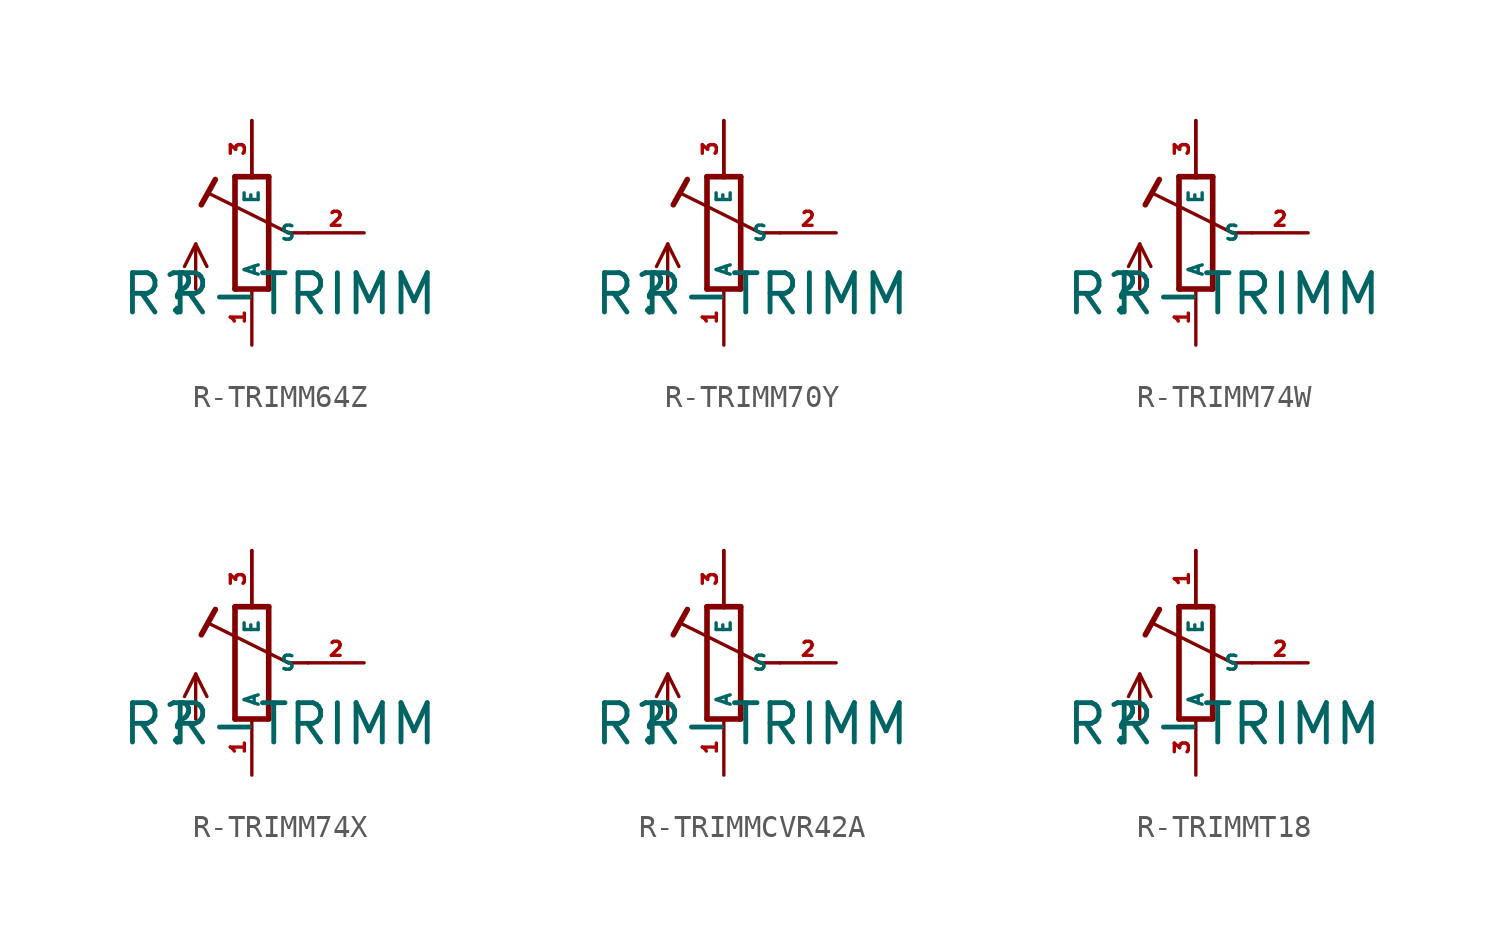
<source format=kicad_sym>
(kicad_symbol_lib
  (version 20220914)
  (generator Eagle2Kicad)
  (symbol "R-TRIMM64Z"
    (property "Reference" "R"
      (at -5.969 -3.81 0)
      (effects (font (size 1.778 1.778) (thickness 0.22)) (justify left bottom)))
    (property "Value" "R-TRIMM"
      (at -3.81 -3.81 0)
      (effects (font (size 1.778 1.778) (thickness 0.22)) (justify left bottom)))
    (polyline
      (pts (xy 0.762 2.54) (xy 0 2.54))
      (stroke (width 0.254) (type default))
      (fill (type none)))
    (polyline
      (pts (xy -0.762 2.54) (xy -0.762 -2.54))
      (stroke (width 0.254) (type default))
      (fill (type none)))
    (polyline
      (pts (xy 0.762 -2.54) (xy 0.762 2.54))
      (stroke (width 0.254) (type default))
      (fill (type none)))
    (polyline
      (pts (xy 2.54 0) (xy 1.651 0))
      (stroke (width 0.152) (type default))
      (fill (type none)))
    (polyline
      (pts (xy 1.651 0) (xy -1.88 1.753))
      (stroke (width 0.152) (type default))
      (fill (type none)))
    (polyline
      (pts (xy 0 2.54) (xy 0 5.08))
      (stroke (width 0.152) (type default))
      (fill (type none)))
    (polyline
      (pts (xy 0 2.54) (xy -0.762 2.54))
      (stroke (width 0.254) (type default))
      (fill (type none)))
    (polyline
      (pts (xy -0.762 -2.54) (xy 0.762 -2.54))
      (stroke (width 0.254) (type default))
      (fill (type none)))
    (polyline
      (pts (xy -2.286 1.27) (xy -1.651 2.413))
      (stroke (width 0.254) (type default))
      (fill (type none)))
    (polyline
      (pts (xy -2.54 -2.54) (xy -2.54 -0.508))
      (stroke (width 0.152) (type default))
      (fill (type none)))
    (polyline
      (pts (xy -2.54 -0.508) (xy -3.048 -1.524))
      (stroke (width 0.152) (type default))
      (fill (type none)))
    (polyline
      (pts (xy -2.54 -0.508) (xy -2.032 -1.524))
      (stroke (width 0.152) (type default))
      (fill (type none)))
    (pin passive line
      (at 0 -5.08 90)
      (length 2.54)
      (name "A" (effects (font (size 0.635 0.635) (thickness 0.08)) (justify left bottom)))
      (number "1" (effects (font (size 0.635 0.635) (thickness 0.08)) (justify left bottom))))
    (pin passive line
      (at 0 5.08 270)
      (length 2.54)
      (name "E" (effects (font (size 0.635 0.635) (thickness 0.08)) (justify left bottom)))
      (number "3" (effects (font (size 0.635 0.635) (thickness 0.08)) (justify left bottom))))
    (pin passive line
      (at 5.08 0 180)
      (length 2.54)
      (name "S" (effects (font (size 0.635 0.635) (thickness 0.08)) (justify left bottom)))
      (number "2" (effects (font (size 0.635 0.635) (thickness 0.08)) (justify left bottom)))))
  (symbol "R-TRIMM70Y"
    (property "Reference" "R"
      (at -5.969 -3.81 0)
      (effects (font (size 1.778 1.778) (thickness 0.22)) (justify left bottom)))
    (property "Value" "R-TRIMM"
      (at -3.81 -3.81 0)
      (effects (font (size 1.778 1.778) (thickness 0.22)) (justify left bottom)))
    (polyline
      (pts (xy 0.762 2.54) (xy 0 2.54))
      (stroke (width 0.254) (type default))
      (fill (type none)))
    (polyline
      (pts (xy -0.762 2.54) (xy -0.762 -2.54))
      (stroke (width 0.254) (type default))
      (fill (type none)))
    (polyline
      (pts (xy 0.762 -2.54) (xy 0.762 2.54))
      (stroke (width 0.254) (type default))
      (fill (type none)))
    (polyline
      (pts (xy 2.54 0) (xy 1.651 0))
      (stroke (width 0.152) (type default))
      (fill (type none)))
    (polyline
      (pts (xy 1.651 0) (xy -1.88 1.753))
      (stroke (width 0.152) (type default))
      (fill (type none)))
    (polyline
      (pts (xy 0 2.54) (xy 0 5.08))
      (stroke (width 0.152) (type default))
      (fill (type none)))
    (polyline
      (pts (xy 0 2.54) (xy -0.762 2.54))
      (stroke (width 0.254) (type default))
      (fill (type none)))
    (polyline
      (pts (xy -0.762 -2.54) (xy 0.762 -2.54))
      (stroke (width 0.254) (type default))
      (fill (type none)))
    (polyline
      (pts (xy -2.286 1.27) (xy -1.651 2.413))
      (stroke (width 0.254) (type default))
      (fill (type none)))
    (polyline
      (pts (xy -2.54 -2.54) (xy -2.54 -0.508))
      (stroke (width 0.152) (type default))
      (fill (type none)))
    (polyline
      (pts (xy -2.54 -0.508) (xy -3.048 -1.524))
      (stroke (width 0.152) (type default))
      (fill (type none)))
    (polyline
      (pts (xy -2.54 -0.508) (xy -2.032 -1.524))
      (stroke (width 0.152) (type default))
      (fill (type none)))
    (pin passive line
      (at 0 -5.08 90)
      (length 2.54)
      (name "A" (effects (font (size 0.635 0.635) (thickness 0.08)) (justify left bottom)))
      (number "1" (effects (font (size 0.635 0.635) (thickness 0.08)) (justify left bottom))))
    (pin passive line
      (at 0 5.08 270)
      (length 2.54)
      (name "E" (effects (font (size 0.635 0.635) (thickness 0.08)) (justify left bottom)))
      (number "3" (effects (font (size 0.635 0.635) (thickness 0.08)) (justify left bottom))))
    (pin passive line
      (at 5.08 0 180)
      (length 2.54)
      (name "S" (effects (font (size 0.635 0.635) (thickness 0.08)) (justify left bottom)))
      (number "2" (effects (font (size 0.635 0.635) (thickness 0.08)) (justify left bottom)))))
  (symbol "R-TRIMM74W"
    (property "Reference" "R"
      (at -5.969 -3.81 0)
      (effects (font (size 1.778 1.778) (thickness 0.22)) (justify left bottom)))
    (property "Value" "R-TRIMM"
      (at -3.81 -3.81 0)
      (effects (font (size 1.778 1.778) (thickness 0.22)) (justify left bottom)))
    (polyline
      (pts (xy 0.762 2.54) (xy 0 2.54))
      (stroke (width 0.254) (type default))
      (fill (type none)))
    (polyline
      (pts (xy -0.762 2.54) (xy -0.762 -2.54))
      (stroke (width 0.254) (type default))
      (fill (type none)))
    (polyline
      (pts (xy 0.762 -2.54) (xy 0.762 2.54))
      (stroke (width 0.254) (type default))
      (fill (type none)))
    (polyline
      (pts (xy 2.54 0) (xy 1.651 0))
      (stroke (width 0.152) (type default))
      (fill (type none)))
    (polyline
      (pts (xy 1.651 0) (xy -1.88 1.753))
      (stroke (width 0.152) (type default))
      (fill (type none)))
    (polyline
      (pts (xy 0 2.54) (xy 0 5.08))
      (stroke (width 0.152) (type default))
      (fill (type none)))
    (polyline
      (pts (xy 0 2.54) (xy -0.762 2.54))
      (stroke (width 0.254) (type default))
      (fill (type none)))
    (polyline
      (pts (xy -0.762 -2.54) (xy 0.762 -2.54))
      (stroke (width 0.254) (type default))
      (fill (type none)))
    (polyline
      (pts (xy -2.286 1.27) (xy -1.651 2.413))
      (stroke (width 0.254) (type default))
      (fill (type none)))
    (polyline
      (pts (xy -2.54 -2.54) (xy -2.54 -0.508))
      (stroke (width 0.152) (type default))
      (fill (type none)))
    (polyline
      (pts (xy -2.54 -0.508) (xy -3.048 -1.524))
      (stroke (width 0.152) (type default))
      (fill (type none)))
    (polyline
      (pts (xy -2.54 -0.508) (xy -2.032 -1.524))
      (stroke (width 0.152) (type default))
      (fill (type none)))
    (pin passive line
      (at 0 -5.08 90)
      (length 2.54)
      (name "A" (effects (font (size 0.635 0.635) (thickness 0.08)) (justify left bottom)))
      (number "1" (effects (font (size 0.635 0.635) (thickness 0.08)) (justify left bottom))))
    (pin passive line
      (at 0 5.08 270)
      (length 2.54)
      (name "E" (effects (font (size 0.635 0.635) (thickness 0.08)) (justify left bottom)))
      (number "3" (effects (font (size 0.635 0.635) (thickness 0.08)) (justify left bottom))))
    (pin passive line
      (at 5.08 0 180)
      (length 2.54)
      (name "S" (effects (font (size 0.635 0.635) (thickness 0.08)) (justify left bottom)))
      (number "2" (effects (font (size 0.635 0.635) (thickness 0.08)) (justify left bottom)))))
  (symbol "R-TRIMM74X"
    (property "Reference" "R"
      (at -5.969 -3.81 0)
      (effects (font (size 1.778 1.778) (thickness 0.22)) (justify left bottom)))
    (property "Value" "R-TRIMM"
      (at -3.81 -3.81 0)
      (effects (font (size 1.778 1.778) (thickness 0.22)) (justify left bottom)))
    (polyline
      (pts (xy 0.762 2.54) (xy 0 2.54))
      (stroke (width 0.254) (type default))
      (fill (type none)))
    (polyline
      (pts (xy -0.762 2.54) (xy -0.762 -2.54))
      (stroke (width 0.254) (type default))
      (fill (type none)))
    (polyline
      (pts (xy 0.762 -2.54) (xy 0.762 2.54))
      (stroke (width 0.254) (type default))
      (fill (type none)))
    (polyline
      (pts (xy 2.54 0) (xy 1.651 0))
      (stroke (width 0.152) (type default))
      (fill (type none)))
    (polyline
      (pts (xy 1.651 0) (xy -1.88 1.753))
      (stroke (width 0.152) (type default))
      (fill (type none)))
    (polyline
      (pts (xy 0 2.54) (xy 0 5.08))
      (stroke (width 0.152) (type default))
      (fill (type none)))
    (polyline
      (pts (xy 0 2.54) (xy -0.762 2.54))
      (stroke (width 0.254) (type default))
      (fill (type none)))
    (polyline
      (pts (xy -0.762 -2.54) (xy 0.762 -2.54))
      (stroke (width 0.254) (type default))
      (fill (type none)))
    (polyline
      (pts (xy -2.286 1.27) (xy -1.651 2.413))
      (stroke (width 0.254) (type default))
      (fill (type none)))
    (polyline
      (pts (xy -2.54 -2.54) (xy -2.54 -0.508))
      (stroke (width 0.152) (type default))
      (fill (type none)))
    (polyline
      (pts (xy -2.54 -0.508) (xy -3.048 -1.524))
      (stroke (width 0.152) (type default))
      (fill (type none)))
    (polyline
      (pts (xy -2.54 -0.508) (xy -2.032 -1.524))
      (stroke (width 0.152) (type default))
      (fill (type none)))
    (pin passive line
      (at 0 -5.08 90)
      (length 2.54)
      (name "A" (effects (font (size 0.635 0.635) (thickness 0.08)) (justify left bottom)))
      (number "1" (effects (font (size 0.635 0.635) (thickness 0.08)) (justify left bottom))))
    (pin passive line
      (at 0 5.08 270)
      (length 2.54)
      (name "E" (effects (font (size 0.635 0.635) (thickness 0.08)) (justify left bottom)))
      (number "3" (effects (font (size 0.635 0.635) (thickness 0.08)) (justify left bottom))))
    (pin passive line
      (at 5.08 0 180)
      (length 2.54)
      (name "S" (effects (font (size 0.635 0.635) (thickness 0.08)) (justify left bottom)))
      (number "2" (effects (font (size 0.635 0.635) (thickness 0.08)) (justify left bottom)))))
  (symbol "R-TRIMMCVR42A"
    (property "Reference" "R"
      (at -5.969 -3.81 0)
      (effects (font (size 1.778 1.778) (thickness 0.22)) (justify left bottom)))
    (property "Value" "R-TRIMM"
      (at -3.81 -3.81 0)
      (effects (font (size 1.778 1.778) (thickness 0.22)) (justify left bottom)))
    (polyline
      (pts (xy 0.762 2.54) (xy 0 2.54))
      (stroke (width 0.254) (type default))
      (fill (type none)))
    (polyline
      (pts (xy -0.762 2.54) (xy -0.762 -2.54))
      (stroke (width 0.254) (type default))
      (fill (type none)))
    (polyline
      (pts (xy 0.762 -2.54) (xy 0.762 2.54))
      (stroke (width 0.254) (type default))
      (fill (type none)))
    (polyline
      (pts (xy 2.54 0) (xy 1.651 0))
      (stroke (width 0.152) (type default))
      (fill (type none)))
    (polyline
      (pts (xy 1.651 0) (xy -1.88 1.753))
      (stroke (width 0.152) (type default))
      (fill (type none)))
    (polyline
      (pts (xy 0 2.54) (xy 0 5.08))
      (stroke (width 0.152) (type default))
      (fill (type none)))
    (polyline
      (pts (xy 0 2.54) (xy -0.762 2.54))
      (stroke (width 0.254) (type default))
      (fill (type none)))
    (polyline
      (pts (xy -0.762 -2.54) (xy 0.762 -2.54))
      (stroke (width 0.254) (type default))
      (fill (type none)))
    (polyline
      (pts (xy -2.286 1.27) (xy -1.651 2.413))
      (stroke (width 0.254) (type default))
      (fill (type none)))
    (polyline
      (pts (xy -2.54 -2.54) (xy -2.54 -0.508))
      (stroke (width 0.152) (type default))
      (fill (type none)))
    (polyline
      (pts (xy -2.54 -0.508) (xy -3.048 -1.524))
      (stroke (width 0.152) (type default))
      (fill (type none)))
    (polyline
      (pts (xy -2.54 -0.508) (xy -2.032 -1.524))
      (stroke (width 0.152) (type default))
      (fill (type none)))
    (pin passive line
      (at 0 -5.08 90)
      (length 2.54)
      (name "A" (effects (font (size 0.635 0.635) (thickness 0.08)) (justify left bottom)))
      (number "1" (effects (font (size 0.635 0.635) (thickness 0.08)) (justify left bottom))))
    (pin passive line
      (at 0 5.08 270)
      (length 2.54)
      (name "E" (effects (font (size 0.635 0.635) (thickness 0.08)) (justify left bottom)))
      (number "3" (effects (font (size 0.635 0.635) (thickness 0.08)) (justify left bottom))))
    (pin passive line
      (at 5.08 0 180)
      (length 2.54)
      (name "S" (effects (font (size 0.635 0.635) (thickness 0.08)) (justify left bottom)))
      (number "2" (effects (font (size 0.635 0.635) (thickness 0.08)) (justify left bottom)))))
  (symbol "R-TRIMMT18"
    (property "Reference" "R"
      (at -5.969 -3.81 0)
      (effects (font (size 1.778 1.778) (thickness 0.22)) (justify left bottom)))
    (property "Value" "R-TRIMM"
      (at -3.81 -3.81 0)
      (effects (font (size 1.778 1.778) (thickness 0.22)) (justify left bottom)))
    (polyline
      (pts (xy 0.762 2.54) (xy 0 2.54))
      (stroke (width 0.254) (type default))
      (fill (type none)))
    (polyline
      (pts (xy -0.762 2.54) (xy -0.762 -2.54))
      (stroke (width 0.254) (type default))
      (fill (type none)))
    (polyline
      (pts (xy 0.762 -2.54) (xy 0.762 2.54))
      (stroke (width 0.254) (type default))
      (fill (type none)))
    (polyline
      (pts (xy 2.54 0) (xy 1.651 0))
      (stroke (width 0.152) (type default))
      (fill (type none)))
    (polyline
      (pts (xy 1.651 0) (xy -1.88 1.753))
      (stroke (width 0.152) (type default))
      (fill (type none)))
    (polyline
      (pts (xy 0 2.54) (xy 0 5.08))
      (stroke (width 0.152) (type default))
      (fill (type none)))
    (polyline
      (pts (xy 0 2.54) (xy -0.762 2.54))
      (stroke (width 0.254) (type default))
      (fill (type none)))
    (polyline
      (pts (xy -0.762 -2.54) (xy 0.762 -2.54))
      (stroke (width 0.254) (type default))
      (fill (type none)))
    (polyline
      (pts (xy -2.286 1.27) (xy -1.651 2.413))
      (stroke (width 0.254) (type default))
      (fill (type none)))
    (polyline
      (pts (xy -2.54 -2.54) (xy -2.54 -0.508))
      (stroke (width 0.152) (type default))
      (fill (type none)))
    (polyline
      (pts (xy -2.54 -0.508) (xy -3.048 -1.524))
      (stroke (width 0.152) (type default))
      (fill (type none)))
    (polyline
      (pts (xy -2.54 -0.508) (xy -2.032 -1.524))
      (stroke (width 0.152) (type default))
      (fill (type none)))
    (pin passive line
      (at 0 -5.08 90)
      (length 2.54)
      (name "A" (effects (font (size 0.635 0.635) (thickness 0.08)) (justify left bottom)))
      (number "3" (effects (font (size 0.635 0.635) (thickness 0.08)) (justify left bottom))))
    (pin passive line
      (at 0 5.08 270)
      (length 2.54)
      (name "E" (effects (font (size 0.635 0.635) (thickness 0.08)) (justify left bottom)))
      (number "1" (effects (font (size 0.635 0.635) (thickness 0.08)) (justify left bottom))))
    (pin passive line
      (at 5.08 0 180)
      (length 2.54)
      (name "S" (effects (font (size 0.635 0.635) (thickness 0.08)) (justify left bottom)))
      (number "2" (effects (font (size 0.635 0.635) (thickness 0.08)) (justify left bottom))))))
</source>
